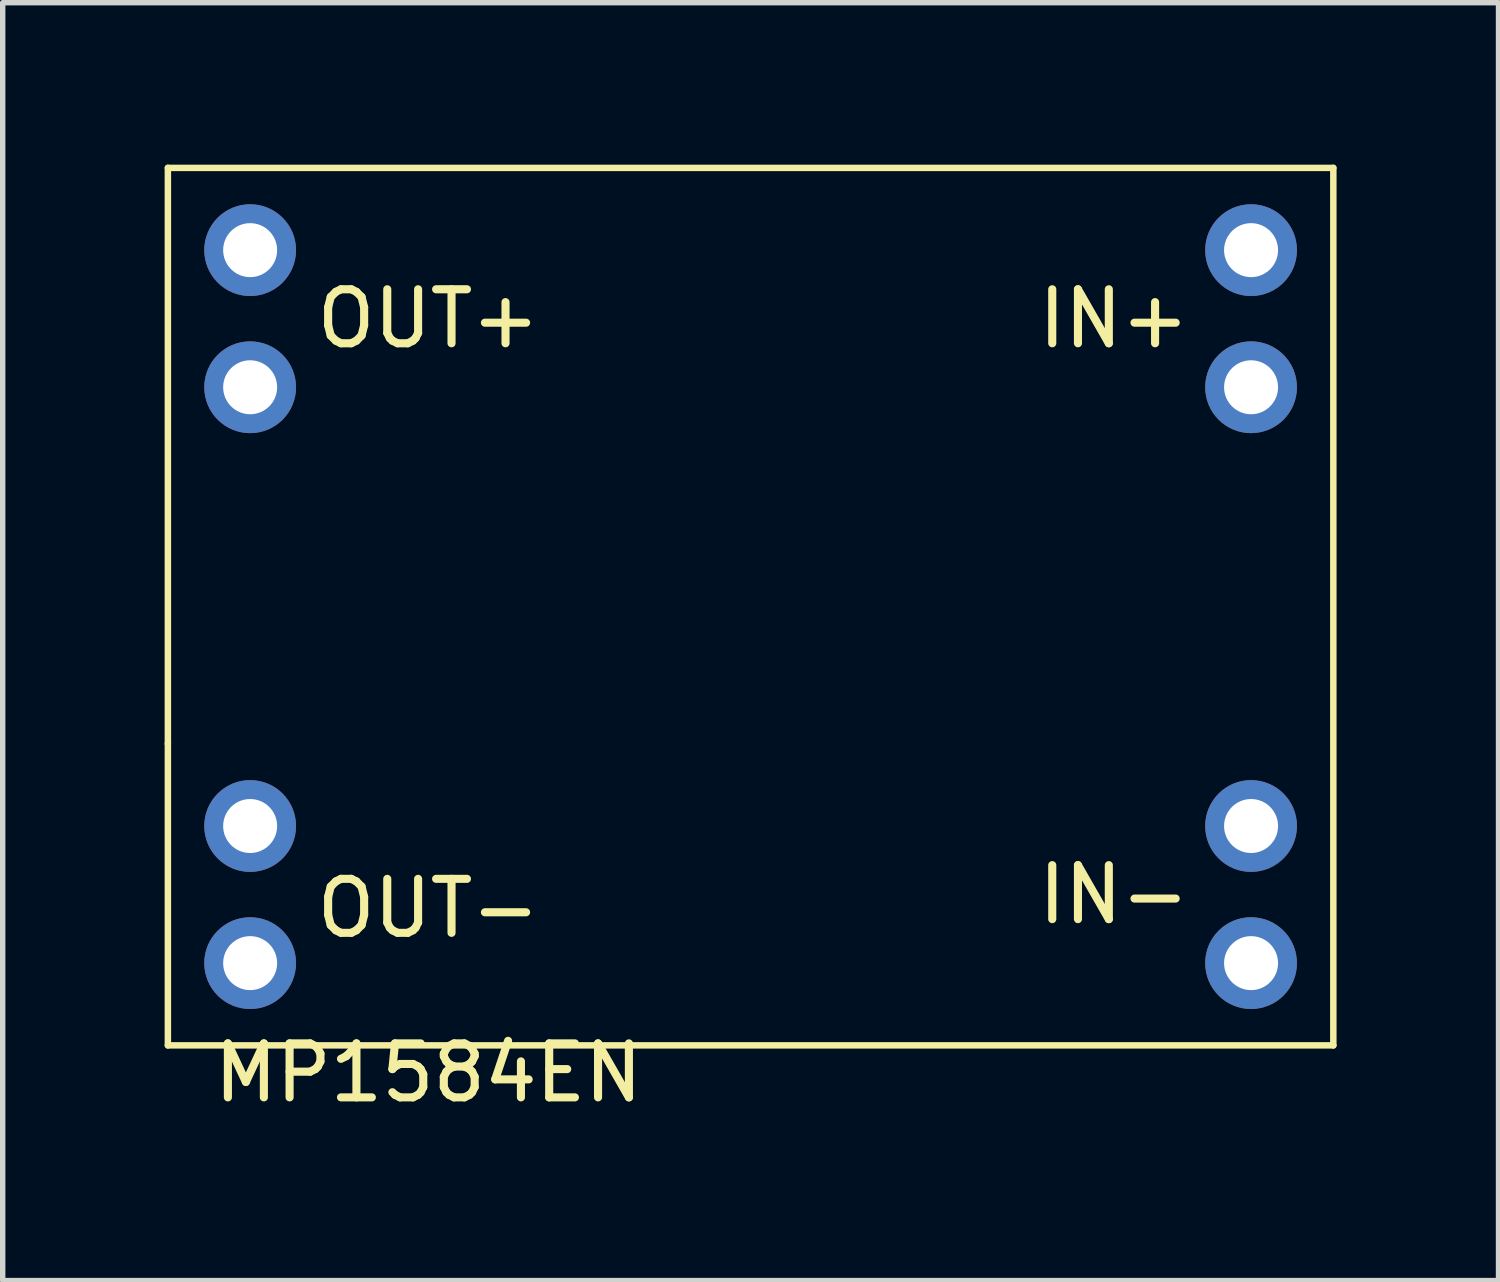
<source format=kicad_pcb>
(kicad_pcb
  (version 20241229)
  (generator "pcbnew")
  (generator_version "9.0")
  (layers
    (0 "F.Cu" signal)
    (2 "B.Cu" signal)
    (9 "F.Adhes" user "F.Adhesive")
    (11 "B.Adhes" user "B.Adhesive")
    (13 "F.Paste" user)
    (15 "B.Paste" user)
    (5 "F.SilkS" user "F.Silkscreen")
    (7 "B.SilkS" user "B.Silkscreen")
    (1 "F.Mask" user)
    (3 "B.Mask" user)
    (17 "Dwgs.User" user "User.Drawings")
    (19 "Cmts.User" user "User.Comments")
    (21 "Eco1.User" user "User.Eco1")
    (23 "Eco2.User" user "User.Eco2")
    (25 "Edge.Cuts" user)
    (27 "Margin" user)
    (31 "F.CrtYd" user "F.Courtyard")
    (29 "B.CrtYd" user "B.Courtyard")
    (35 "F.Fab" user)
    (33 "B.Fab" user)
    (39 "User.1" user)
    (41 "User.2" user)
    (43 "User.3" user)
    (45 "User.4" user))
  (footprint "MP1584EN"
    (layer "F.Cu")
    (at 10.982 8.188)
    (property "Reference" "MP1584EN" (at -6.096 8.636 0) (layer "F.SilkS") (effects (font (size 1 1) (thickness 0.15))))
    (attr through_hole)
    (fp_line (start -10.922 -8.128) (end 10.668 -8.128) (stroke (width 0.12) (type solid)) (layer "F.SilkS"))
    (fp_line (start -10.922 2.54) (end -10.922 -8.128) (stroke (width 0.12) (type solid)) (layer "F.SilkS"))
    (fp_line (start -10.922 8.128) (end -10.922 2.54) (stroke (width 0.12) (type solid)) (layer "F.SilkS"))
    (fp_line (start 10.668 -8.128) (end 10.668 8.128) (stroke (width 0.12) (type solid)) (layer "F.SilkS"))
    (fp_line (start 10.668 8.128) (end -10.922 8.128) (stroke (width 0.12) (type solid)) (layer "F.SilkS"))
    (fp_text user "IN-" (at 6.604 5.334 0) (layer "F.SilkS") (effects (font (size 1 1) (thickness 0.15))))
    (fp_text user "IN+" (at 6.604 -5.334 0) (layer "F.SilkS") (effects (font (size 1 1) (thickness 0.15))))
    (fp_text user "OUT-" (at -6.096 5.588 0) (layer "F.SilkS") (effects (font (size 1 1) (thickness 0.15))))
    (fp_text user "OUT+" (at -6.096 -5.334 0) (layer "F.SilkS") (effects (font (size 1 1) (thickness 0.15))))
    (pad "1" thru_hole circle (at 9.144 -6.604) (size 1.7 1.7) (drill 1) (layers "*.Cu" "*.Mask"))
    (pad "2" thru_hole circle (at 9.144 -4.064) (size 1.7 1.7) (drill 1) (layers "*.Cu" "*.Mask"))
    (pad "3" thru_hole circle (at 9.144 4.064) (size 1.7 1.7) (drill 1) (layers "*.Cu" "*.Mask"))
    (pad "4" thru_hole circle (at 9.144 6.604) (size 1.7 1.7) (drill 1) (layers "*.Cu" "*.Mask"))
    (pad "5" thru_hole circle (at -9.398 -6.604) (size 1.7 1.7) (drill 1) (layers "*.Cu" "*.Mask"))
    (pad "6" thru_hole circle (at -9.398 -4.064) (size 1.7 1.7) (drill 1) (layers "*.Cu" "*.Mask"))
    (pad "7" thru_hole circle (at -9.398 4.064) (size 1.7 1.7) (drill 1) (layers "*.Cu" "*.Mask"))
    (pad "8" thru_hole circle (at -9.398 6.604) (size 1.7 1.7) (drill 1) (layers "*.Cu" "*.Mask")))
  (gr_rect
    (start -3 -3)
    (end 24.71 20.672)
    (stroke (width 0.1) (type default))
    (fill no)
    (layer "Edge.Cuts")))
</source>
